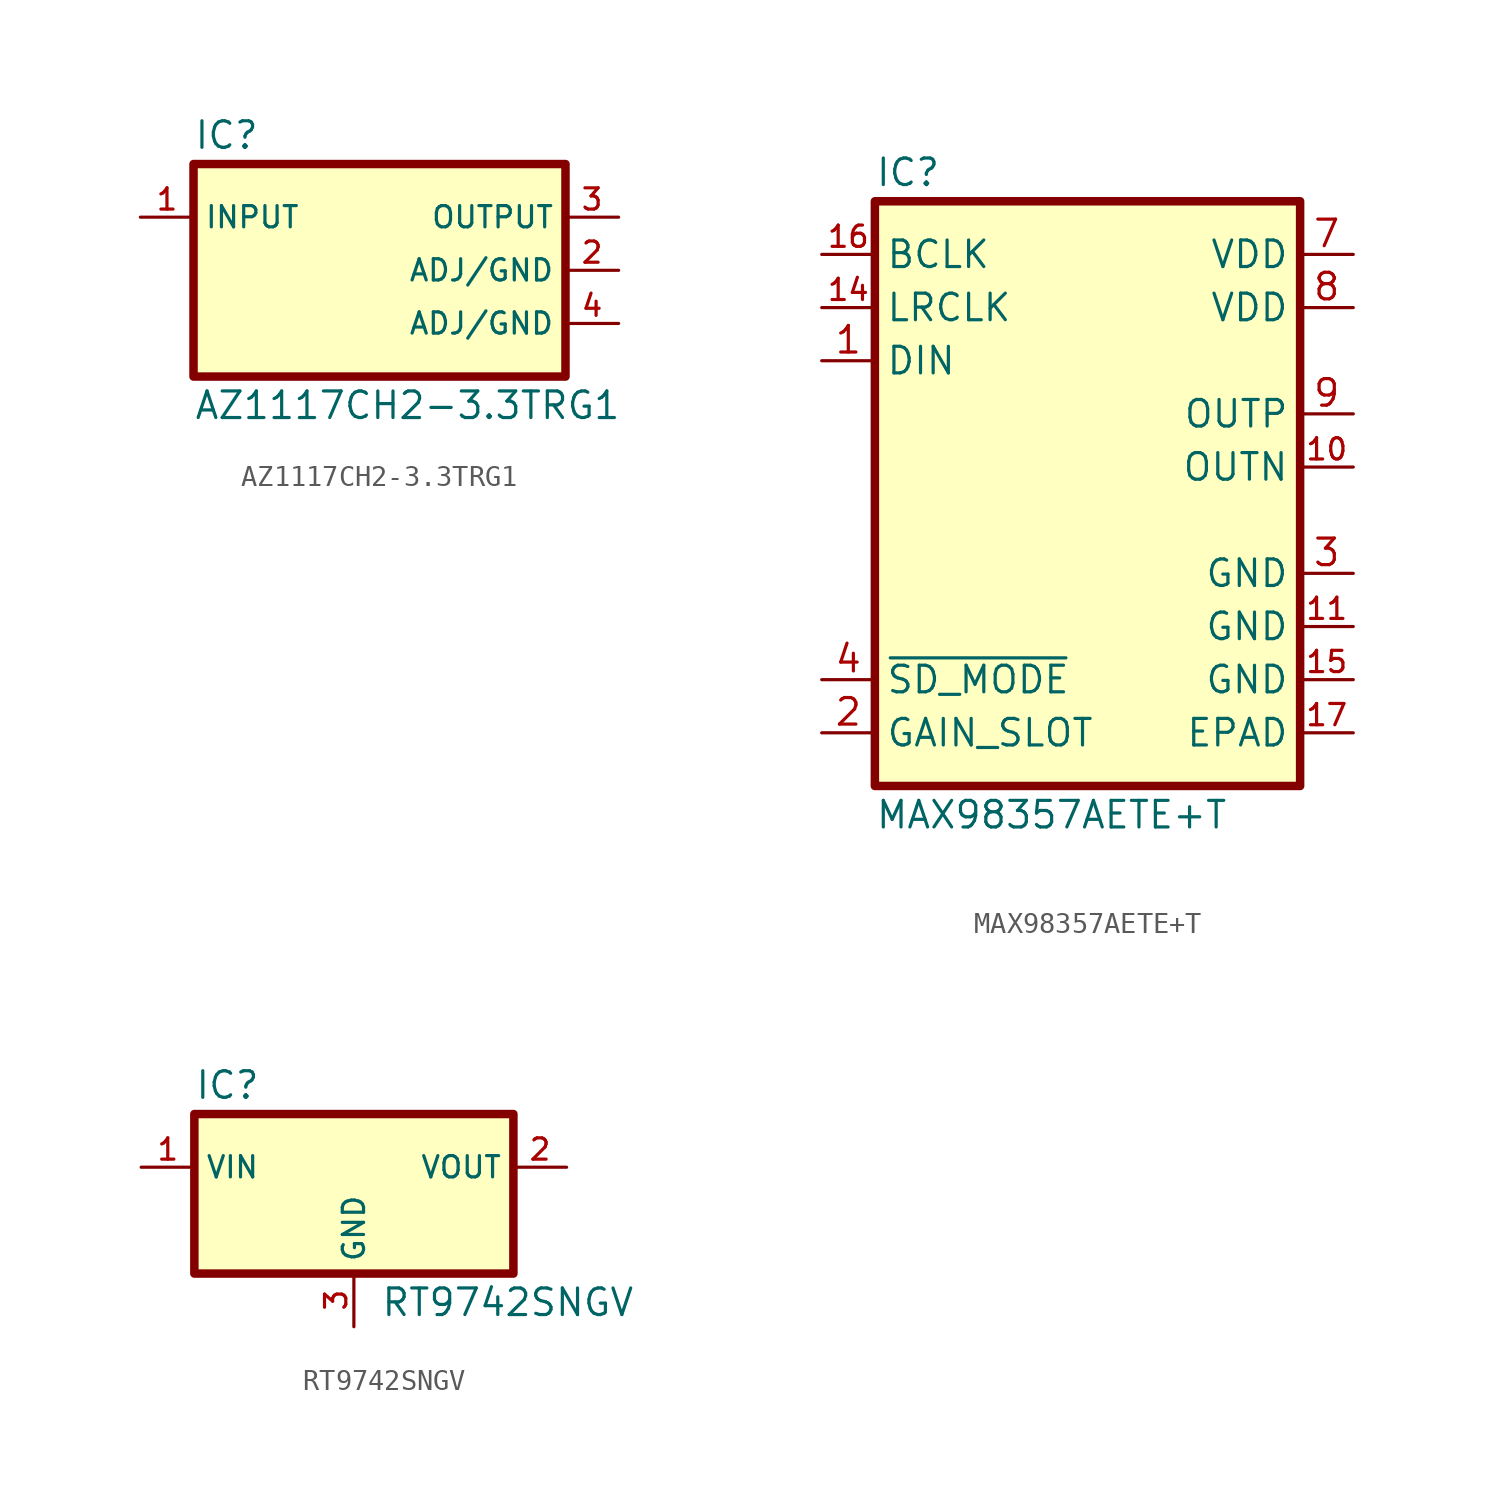
<source format=kicad_sym>
(kicad_symbol_lib
  (version 20241209)
  (generator "kicad_symbol_editor")
  (generator_version "9.0")
  (symbol "AZ1117CH2-3.3TRG1"
    (property "Reference" "IC"
      (at 2.54 3.175 0)
      (do_not_autoplace)
      (effects (font (size 1.27 1.27)) (justify left bottom)))
    (property "Value" "AZ1117CH2-3.3TRG1"
      (at 2.54 -8.255 0)
      (do_not_autoplace)
      (effects (font (size 1.27 1.27)) (justify left top)))
    (symbol "AZ1117CH2-3.3TRG1_1_0"
      (rectangle (start 2.54 2.54) (end 20.32 -7.62) (stroke (width 0.406) (type solid)) (fill (type background)))
      (pin power_in line (at 0 0 0) (length 2.54) (name "INPUT" (effects (font (size 1.016 1.016)))) (number "1" (effects (font (size 1.016 1.016)))))
      (pin power_out line (at 22.86 0 180) (length 2.54) (name "OUTPUT" (effects (font (size 1.016 1.016)))) (number "3" (effects (font (size 1.016 1.016)))))
      (pin passive line (at 22.86 -2.54 180) (length 2.54) (name "ADJ/GND" (effects (font (size 1.016 1.016)))) (number "2" (effects (font (size 1.016 1.016)))))
      (pin passive line (at 22.86 -5.08 180) (length 2.54) (name "ADJ/GND" (effects (font (size 1.016 1.016)))) (number "4" (effects (font (size 1.016 1.016)))))))
  (symbol "MAX98357AETE+T"
    (property "Reference" "IC"
      (at 2.54 3.175 0)
      (effects (font (size 1.27 1.27)) (justify left bottom)))
    (property "Value" "MAX98357AETE+T"
      (at 2.54 -26.035 0)
      (effects (font (size 1.27 1.27)) (justify left top)))
    (symbol "MAX98357AETE+T_1_1"
      (rectangle (start 2.54 2.54) (end 22.86 -25.4) (stroke (width 0.406) (type solid)) (fill (type background)))
      (pin input line (at 0 0 0) (length 2.54) (name "BCLK" (effects (font (size 1.27 1.27)))) (number "16" (effects (font (size 1.016 1.016)))))
      (pin input line (at 0 -2.54 0) (length 2.54) (name "LRCLK" (effects (font (size 1.27 1.27)))) (number "14" (effects (font (size 1.016 1.016)))))
      (pin input line (at 0 -5.08 0) (length 2.54) (name "DIN" (effects (font (size 1.27 1.27)))) (number "1" (effects (font (size 1.27 1.27)))))
      (pin input line (at 0 -20.32 0) (length 2.54) (name "~{SD_MODE}" (effects (font (size 1.27 1.27)))) (number "4" (effects (font (size 1.27 1.27)))))
      (pin input line (at 0 -22.86 0) (length 2.54) (name "GAIN_SLOT" (effects (font (size 1.27 1.27)))) (number "2" (effects (font (size 1.27 1.27)))))
      (pin no_connect line (at 2.54 -7.62 0) (length 0) (hide yes) (name "N.C." (effects (font (size 1.27 1.27)))) (number "5" (effects (font (size 1.27 1.27)))))
      (pin no_connect line (at 2.54 -10.16 0) (length 0) (hide yes) (name "N.C." (effects (font (size 1.27 1.27)))) (number "6" (effects (font (size 1.27 1.27)))))
      (pin no_connect line (at 2.54 -12.7 0) (length 0) (hide yes) (name "N.C." (effects (font (size 1.27 1.27)))) (number "13" (effects (font (size 1.27 1.27)))))
      (pin no_connect line (at 2.54 -15.24 0) (length 0) (hide yes) (name "N.C." (effects (font (size 1.27 1.27)))) (number "12" (effects (font (size 1.27 1.27)))))
      (pin power_in line (at 25.4 0 180) (length 2.54) (name "VDD" (effects (font (size 1.27 1.27)))) (number "7" (effects (font (size 1.27 1.27)))))
      (pin power_in line (at 25.4 -2.54 180) (length 2.54) (name "VDD" (effects (font (size 1.27 1.27)))) (number "8" (effects (font (size 1.27 1.27)))))
      (pin output line (at 25.4 -7.62 180) (length 2.54) (name "OUTP" (effects (font (size 1.27 1.27)))) (number "9" (effects (font (size 1.27 1.27)))))
      (pin output line (at 25.4 -10.16 180) (length 2.54) (name "OUTN" (effects (font (size 1.27 1.27)))) (number "10" (effects (font (size 1.016 1.016)))))
      (pin power_in line (at 25.4 -15.24 180) (length 2.54) (name "GND" (effects (font (size 1.27 1.27)))) (number "3" (effects (font (size 1.27 1.27)))))
      (pin power_in line (at 25.4 -17.78 180) (length 2.54) (name "GND" (effects (font (size 1.27 1.27)))) (number "11" (effects (font (size 1.016 1.016)))))
      (pin power_out line (at 25.4 -20.32 180) (length 2.54) (name "GND" (effects (font (size 1.27 1.27)))) (number "15" (effects (font (size 1.016 1.016)))))
      (pin passive line (at 25.4 -22.86 180) (length 2.54) (name "EPAD" (effects (font (size 1.27 1.27)))) (number "17" (effects (font (size 1.016 1.016)))))))
  (symbol "RT9742SNGV"
    (property "Reference" "IC"
      (at 2.54 3.175 0)
      (effects (font (size 1.27 1.27)) (justify left bottom)))
    (property "Value" "RT9742SNGV"
      (at 11.43 -5.715 0)
      (effects (font (size 1.27 1.27)) (justify left top)))
    (symbol "RT9742SNGV_1_1"
      (rectangle (start 2.54 2.54) (end 17.78 -5.08) (stroke (width 0.406) (type solid)) (fill (type background)))
      (pin power_in line (at 0 0 0) (length 2.54) (name "VIN" (effects (font (size 1.016 1.016)))) (number "1" (effects (font (size 1.016 1.016)))))
      (pin power_in line (at 10.16 -7.62 90) (length 2.54) (name "GND" (effects (font (size 1.016 1.016)))) (number "3" (effects (font (size 1.016 1.016)))))
      (pin power_out line (at 20.32 0 180) (length 2.54) (name "VOUT" (effects (font (size 1.016 1.016)))) (number "2" (effects (font (size 1.016 1.016))))))))
</source>
